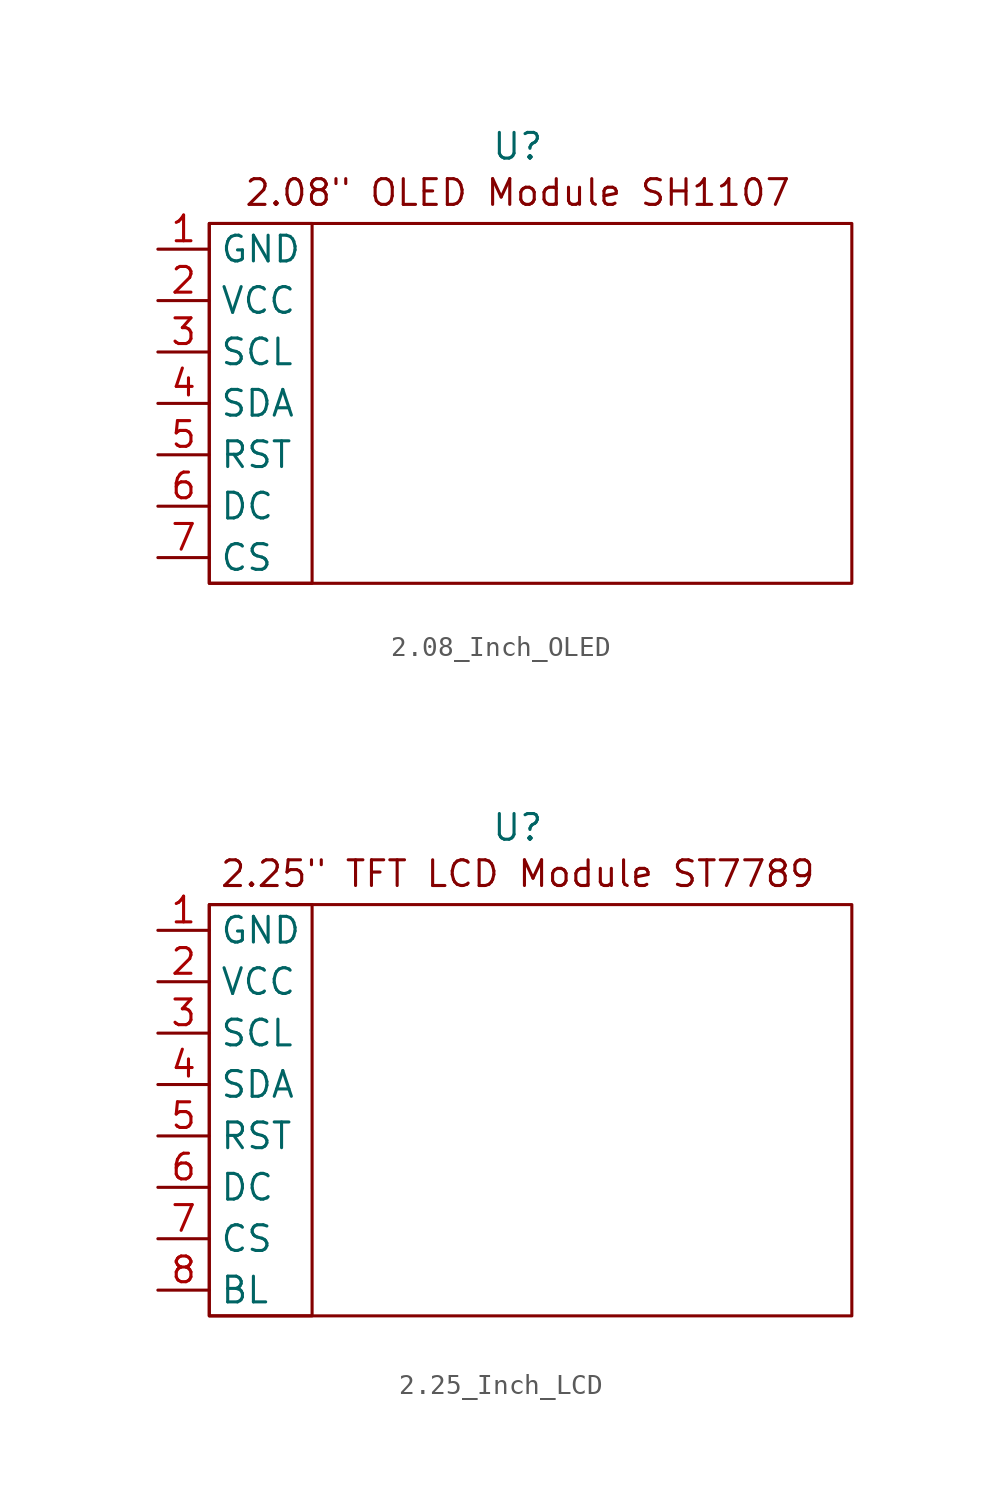
<source format=kicad_sym>
(kicad_symbol_lib
  (version 20241209)
  (generator "kicad_symbol_editor")
  (generator_version "9.0")
  (symbol "2.08_Inch_OLED"
    (property "Reference" "U"
      (at 0 12.7 0)
      (effects (font (size 1.27 1.27))))
    (property "Value" ""
      (at 0 0 0)
      (effects (font (size 1.27 1.27))))
    (symbol "2.08_Inch_OLED_0_1"
      (rectangle (start -15.24 8.89) (end -10.16 -8.89) (stroke (width 0) (type default)) (fill (type none)))
      (rectangle (start -15.24 8.89) (end 16.51 -8.89) (stroke (width 0) (type default)) (fill (type none))))
    (symbol "2.08_Inch_OLED_1_1"
      (text "2.08\" OLED Module SH1107" (at 0 10.414 0) (effects (font (size 1.27 1.27))))
      (pin power_in line (at -17.78 7.62 0) (length 2.54) (name "GND" (effects (font (size 1.27 1.27)))) (number "1" (effects (font (size 1.27 1.27)))))
      (pin power_in line (at -17.78 5.08 0) (length 2.54) (name "VCC" (effects (font (size 1.27 1.27)))) (number "2" (effects (font (size 1.27 1.27)))))
      (pin bidirectional line (at -17.78 2.54 0) (length 2.54) (name "SCL" (effects (font (size 1.27 1.27)))) (number "3" (effects (font (size 1.27 1.27)))))
      (pin bidirectional line (at -17.78 0 0) (length 2.54) (name "SDA" (effects (font (size 1.27 1.27)))) (number "4" (effects (font (size 1.27 1.27)))))
      (pin bidirectional line (at -17.78 -2.54 0) (length 2.54) (name "RST" (effects (font (size 1.27 1.27)))) (number "5" (effects (font (size 1.27 1.27)))))
      (pin bidirectional line (at -17.78 -5.08 0) (length 2.54) (name "DC" (effects (font (size 1.27 1.27)))) (number "6" (effects (font (size 1.27 1.27)))))
      (pin bidirectional line (at -17.78 -7.62 0) (length 2.54) (name "CS" (effects (font (size 1.27 1.27)))) (number "7" (effects (font (size 1.27 1.27)))))))
  (symbol "2.25_Inch_LCD"
    (property "Reference" "U"
      (at 0 13.97 0)
      (effects (font (size 1.27 1.27))))
    (property "Value" ""
      (at 0 0 0)
      (effects (font (size 1.27 1.27))))
    (symbol "2.25_Inch_LCD_0_1"
      (rectangle (start -15.24 10.16) (end -10.16 -10.16) (stroke (width 0) (type default)) (fill (type none)))
      (rectangle (start -15.24 10.16) (end 16.51 -10.16) (stroke (width 0) (type default)) (fill (type none))))
    (symbol "2.25_Inch_LCD_1_1"
      (text "2.25\" TFT LCD Module ST7789" (at 0 11.684 0) (effects (font (size 1.27 1.27))))
      (pin power_in line (at -17.78 8.89 0) (length 2.54) (name "GND" (effects (font (size 1.27 1.27)))) (number "1" (effects (font (size 1.27 1.27)))))
      (pin power_in line (at -17.78 6.35 0) (length 2.54) (name "VCC" (effects (font (size 1.27 1.27)))) (number "2" (effects (font (size 1.27 1.27)))))
      (pin bidirectional line (at -17.78 3.81 0) (length 2.54) (name "SCL" (effects (font (size 1.27 1.27)))) (number "3" (effects (font (size 1.27 1.27)))))
      (pin bidirectional line (at -17.78 1.27 0) (length 2.54) (name "SDA" (effects (font (size 1.27 1.27)))) (number "4" (effects (font (size 1.27 1.27)))))
      (pin bidirectional line (at -17.78 -1.27 0) (length 2.54) (name "RST" (effects (font (size 1.27 1.27)))) (number "5" (effects (font (size 1.27 1.27)))))
      (pin bidirectional line (at -17.78 -3.81 0) (length 2.54) (name "DC" (effects (font (size 1.27 1.27)))) (number "6" (effects (font (size 1.27 1.27)))))
      (pin bidirectional line (at -17.78 -6.35 0) (length 2.54) (name "CS" (effects (font (size 1.27 1.27)))) (number "7" (effects (font (size 1.27 1.27)))))
      (pin bidirectional line (at -17.78 -8.89 0) (length 2.54) (name "BL" (effects (font (size 1.27 1.27)))) (number "8" (effects (font (size 1.27 1.27))))))))
</source>
